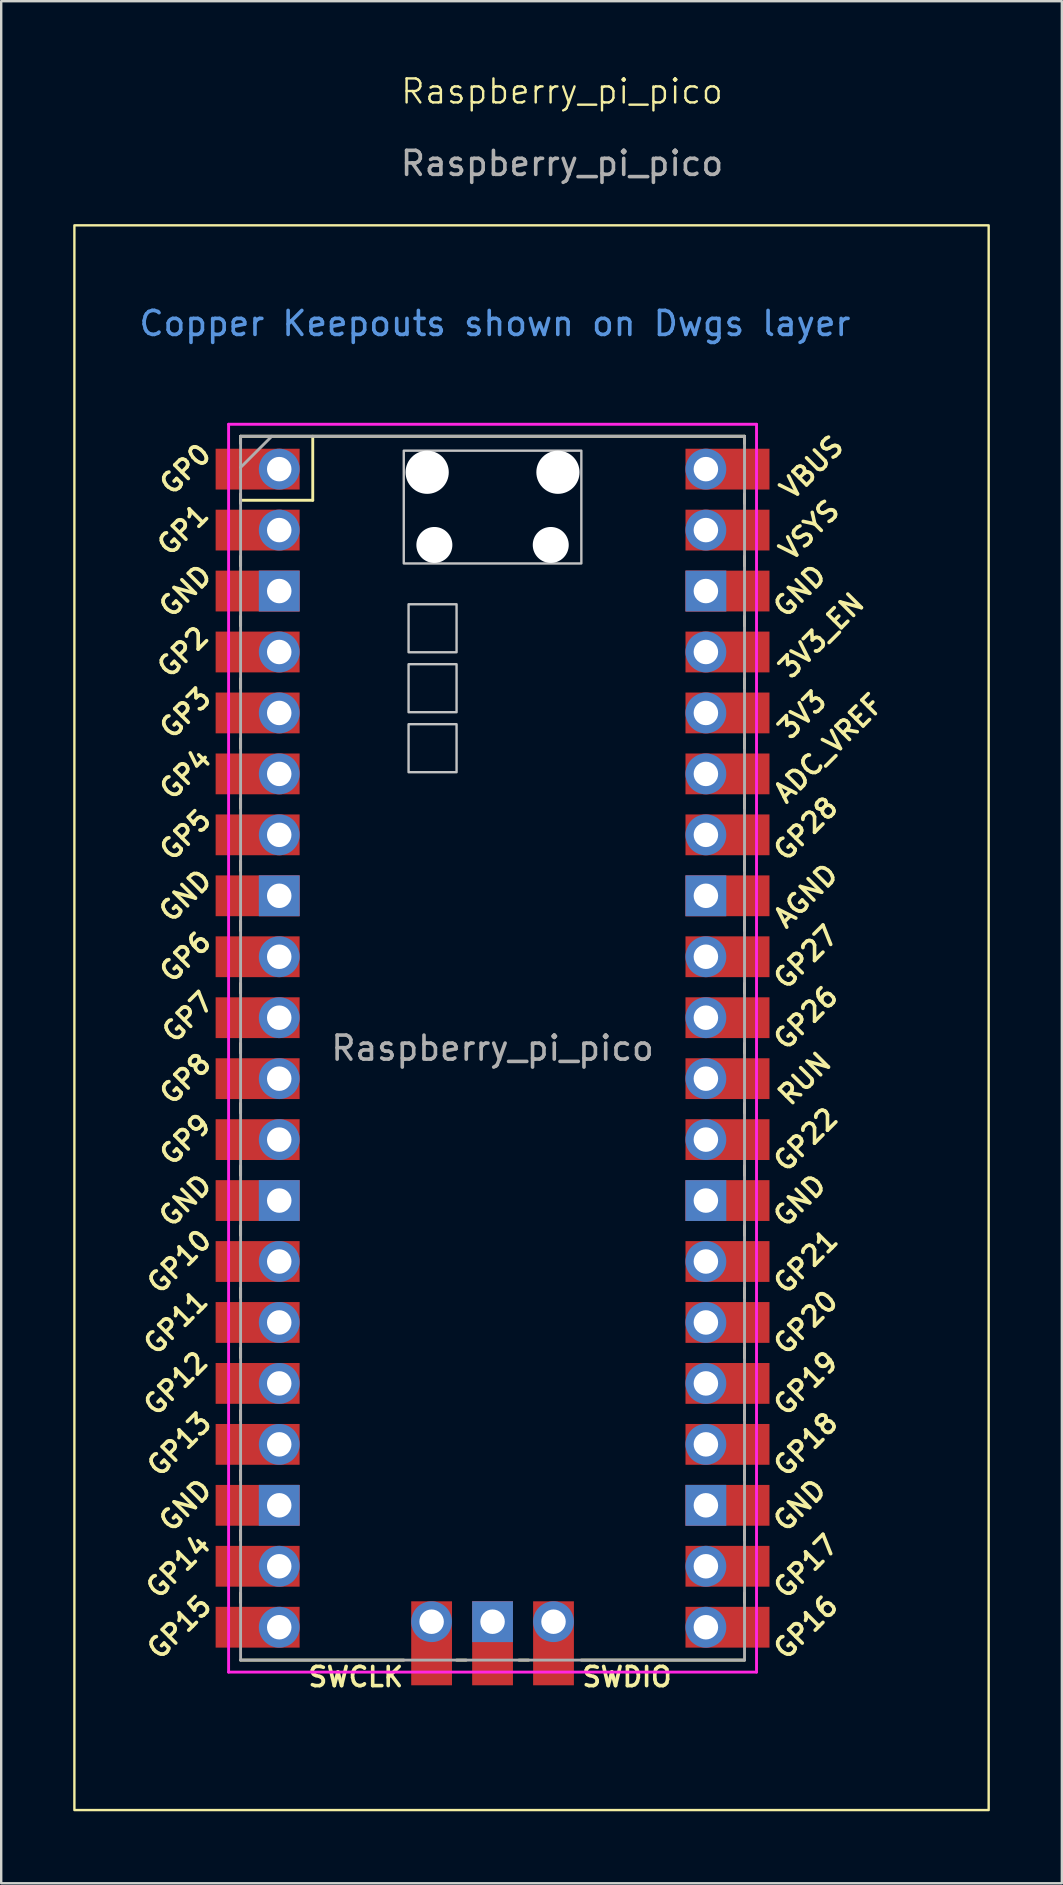
<source format=kicad_pcb>
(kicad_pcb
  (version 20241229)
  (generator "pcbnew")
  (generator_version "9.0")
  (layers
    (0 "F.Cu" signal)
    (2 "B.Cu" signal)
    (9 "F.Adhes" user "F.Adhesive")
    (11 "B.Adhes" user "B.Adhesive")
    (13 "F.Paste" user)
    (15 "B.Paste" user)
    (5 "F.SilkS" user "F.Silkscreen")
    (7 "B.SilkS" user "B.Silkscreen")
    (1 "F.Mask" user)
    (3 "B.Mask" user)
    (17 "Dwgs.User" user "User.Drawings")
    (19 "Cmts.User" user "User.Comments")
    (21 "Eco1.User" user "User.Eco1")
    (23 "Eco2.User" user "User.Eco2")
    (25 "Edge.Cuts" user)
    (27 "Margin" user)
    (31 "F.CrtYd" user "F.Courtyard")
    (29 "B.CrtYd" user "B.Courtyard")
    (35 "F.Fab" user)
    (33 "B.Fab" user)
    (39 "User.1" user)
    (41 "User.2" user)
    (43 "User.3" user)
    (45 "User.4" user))
  (footprint "Raspberry_pi_pico"
    (layer "F.Cu")
    (at 20.37 1.26)
    (property "Reference" "Raspberry_pi_pico" (at 0 -0.5 0) (unlocked yes) (layer "F.SilkS") (effects (font (size 1 1) (thickness 0.1))))
    (attr through_hole)
    (fp_line (start -13.394 13.87) (end -13.394 14.17) (stroke (width 0.12) (type solid)) (layer "F.SilkS"))
    (fp_line (start -13.394 13.87) (end 7.606 13.87) (stroke (width 0.12) (type solid)) (layer "F.SilkS"))
    (fp_line (start -13.394 16.27) (end -13.394 16.67) (stroke (width 0.12) (type solid)) (layer "F.SilkS"))
    (fp_line (start -13.394 16.537) (end -10.387 16.537) (stroke (width 0.12) (type solid)) (layer "F.SilkS"))
    (fp_line (start -13.394 18.87) (end -13.394 19.27) (stroke (width 0.12) (type solid)) (layer "F.SilkS"))
    (fp_line (start -13.394 21.37) (end -13.394 21.77) (stroke (width 0.12) (type solid)) (layer "F.SilkS"))
    (fp_line (start -13.394 23.97) (end -13.394 24.37) (stroke (width 0.12) (type solid)) (layer "F.SilkS"))
    (fp_line (start -13.394 26.47) (end -13.394 26.87) (stroke (width 0.12) (type solid)) (layer "F.SilkS"))
    (fp_line (start -13.394 28.97) (end -13.394 29.37) (stroke (width 0.12) (type solid)) (layer "F.SilkS"))
    (fp_line (start -13.394 31.57) (end -13.394 31.97) (stroke (width 0.12) (type solid)) (layer "F.SilkS"))
    (fp_line (start -13.394 34.07) (end -13.394 34.47) (stroke (width 0.12) (type solid)) (layer "F.SilkS"))
    (fp_line (start -13.394 36.67) (end -13.394 37.07) (stroke (width 0.12) (type solid)) (layer "F.SilkS"))
    (fp_line (start -13.394 39.17) (end -13.394 39.57) (stroke (width 0.12) (type solid)) (layer "F.SilkS"))
    (fp_line (start -13.394 41.67) (end -13.394 42.07) (stroke (width 0.12) (type solid)) (layer "F.SilkS"))
    (fp_line (start -13.394 44.27) (end -13.394 44.67) (stroke (width 0.12) (type solid)) (layer "F.SilkS"))
    (fp_line (start -13.394 46.77) (end -13.394 47.17) (stroke (width 0.12) (type solid)) (layer "F.SilkS"))
    (fp_line (start -13.394 49.37) (end -13.394 49.77) (stroke (width 0.12) (type solid)) (layer "F.SilkS"))
    (fp_line (start -13.394 51.87) (end -13.394 52.27) (stroke (width 0.12) (type solid)) (layer "F.SilkS"))
    (fp_line (start -13.394 54.47) (end -13.394 54.87) (stroke (width 0.12) (type solid)) (layer "F.SilkS"))
    (fp_line (start -13.394 56.97) (end -13.394 57.37) (stroke (width 0.12) (type solid)) (layer "F.SilkS"))
    (fp_line (start -13.394 59.47) (end -13.394 59.87) (stroke (width 0.12) (type solid)) (layer "F.SilkS"))
    (fp_line (start -13.394 62.07) (end -13.394 62.47) (stroke (width 0.12) (type solid)) (layer "F.SilkS"))
    (fp_line (start -10.387 16.537) (end -10.387 13.87) (stroke (width 0.12) (type solid)) (layer "F.SilkS"))
    (fp_line (start -6.594 64.87) (end -13.394 64.87) (stroke (width 0.12) (type solid)) (layer "F.SilkS"))
    (fp_line (start -4.394 64.87) (end -3.994 64.87) (stroke (width 0.12) (type solid)) (layer "F.SilkS"))
    (fp_line (start -1.794 64.87) (end -1.394 64.87) (stroke (width 0.12) (type solid)) (layer "F.SilkS"))
    (fp_line (start 7.606 13.87) (end 7.606 14.17) (stroke (width 0.12) (type solid)) (layer "F.SilkS"))
    (fp_line (start 7.606 16.27) (end 7.606 16.67) (stroke (width 0.12) (type solid)) (layer "F.SilkS"))
    (fp_line (start 7.606 18.87) (end 7.606 19.27) (stroke (width 0.12) (type solid)) (layer "F.SilkS"))
    (fp_line (start 7.606 21.37) (end 7.606 21.77) (stroke (width 0.12) (type solid)) (layer "F.SilkS"))
    (fp_line (start 7.606 23.97) (end 7.606 24.37) (stroke (width 0.12) (type solid)) (layer "F.SilkS"))
    (fp_line (start 7.606 26.47) (end 7.606 26.87) (stroke (width 0.12) (type solid)) (layer "F.SilkS"))
    (fp_line (start 7.606 28.97) (end 7.606 29.37) (stroke (width 0.12) (type solid)) (layer "F.SilkS"))
    (fp_line (start 7.606 31.57) (end 7.606 31.97) (stroke (width 0.12) (type solid)) (layer "F.SilkS"))
    (fp_line (start 7.606 34.07) (end 7.606 34.47) (stroke (width 0.12) (type solid)) (layer "F.SilkS"))
    (fp_line (start 7.606 36.67) (end 7.606 37.07) (stroke (width 0.12) (type solid)) (layer "F.SilkS"))
    (fp_line (start 7.606 39.17) (end 7.606 39.57) (stroke (width 0.12) (type solid)) (layer "F.SilkS"))
    (fp_line (start 7.606 41.67) (end 7.606 42.07) (stroke (width 0.12) (type solid)) (layer "F.SilkS"))
    (fp_line (start 7.606 44.27) (end 7.606 44.67) (stroke (width 0.12) (type solid)) (layer "F.SilkS"))
    (fp_line (start 7.606 46.77) (end 7.606 47.17) (stroke (width 0.12) (type solid)) (layer "F.SilkS"))
    (fp_line (start 7.606 49.37) (end 7.606 49.77) (stroke (width 0.12) (type solid)) (layer "F.SilkS"))
    (fp_line (start 7.606 51.87) (end 7.606 52.27) (stroke (width 0.12) (type solid)) (layer "F.SilkS"))
    (fp_line (start 7.606 54.47) (end 7.606 54.87) (stroke (width 0.12) (type solid)) (layer "F.SilkS"))
    (fp_line (start 7.606 56.97) (end 7.606 57.37) (stroke (width 0.12) (type solid)) (layer "F.SilkS"))
    (fp_line (start 7.606 59.47) (end 7.606 59.87) (stroke (width 0.12) (type solid)) (layer "F.SilkS"))
    (fp_line (start 7.606 62.07) (end 7.606 62.47) (stroke (width 0.12) (type solid)) (layer "F.SilkS"))
    (fp_line (start 7.606 64.87) (end 0.806 64.87) (stroke (width 0.12) (type solid)) (layer "F.SilkS"))
    (fp_rect (start -20.32 5.08) (end 17.78 71.12) (stroke (width 0.1) (type default)) (fill no) (layer "F.SilkS"))
    (fp_poly (pts (xy -4.394 22.87) (xy -6.394 22.87) (xy -6.394 20.87) (xy -4.394 20.87)) (stroke (width 0.1) (type solid)) (fill no) (layer "Dwgs.User"))
    (fp_poly (pts (xy -4.394 25.37) (xy -6.394 25.37) (xy -6.394 23.37) (xy -4.394 23.37)) (stroke (width 0.1) (type solid)) (fill no) (layer "Dwgs.User"))
    (fp_poly (pts (xy -4.394 27.87) (xy -6.394 27.87) (xy -6.394 25.87) (xy -4.394 25.87)) (stroke (width 0.1) (type solid)) (fill no) (layer "Dwgs.User"))
    (fp_poly (pts (xy 0.806 19.17) (xy -6.594 19.17) (xy -6.594 14.47) (xy 0.806 14.47)) (stroke (width 0.1) (type solid)) (fill no) (layer "Dwgs.User"))
    (fp_line (start -13.894 13.37) (end 8.106 13.37) (stroke (width 0.12) (type solid)) (layer "F.CrtYd"))
    (fp_line (start -13.894 65.37) (end -13.894 13.37) (stroke (width 0.12) (type solid)) (layer "F.CrtYd"))
    (fp_line (start 8.106 13.37) (end 8.106 65.37) (stroke (width 0.12) (type solid)) (layer "F.CrtYd"))
    (fp_line (start 8.106 65.37) (end -13.894 65.37) (stroke (width 0.12) (type solid)) (layer "F.CrtYd"))
    (fp_line (start -13.394 13.87) (end 7.606 13.87) (stroke (width 0.12) (type solid)) (layer "F.Fab"))
    (fp_line (start -13.394 15.17) (end -12.094 13.87) (stroke (width 0.12) (type solid)) (layer "F.Fab"))
    (fp_line (start -13.394 64.87) (end -13.394 13.87) (stroke (width 0.12) (type solid)) (layer "F.Fab"))
    (fp_line (start 7.606 13.87) (end 7.606 64.87) (stroke (width 0.12) (type solid)) (layer "F.Fab"))
    (fp_line (start 7.606 64.87) (end -13.394 64.87) (stroke (width 0.12) (type solid)) (layer "F.Fab"))
    (fp_text user "3V3" (at 10.006 25.47 45) (layer "F.SilkS") (effects (font (size 0.8 0.8) (thickness 0.15))))
    (fp_text user "GP5" (at -15.694 30.48 45) (layer "F.SilkS") (effects (font (size 0.8 0.8) (thickness 0.15))))
    (fp_text user "GP2" (at -15.794 22.86 45) (layer "F.SilkS") (effects (font (size 0.8 0.8) (thickness 0.15))))
    (fp_text user "GND" (at -15.694 45.72 45) (layer "F.SilkS") (effects (font (size 0.8 0.8) (thickness 0.15))))
    (fp_text user "GP7" (at -15.594 38.07 45) (layer "F.SilkS") (effects (font (size 0.8 0.8) (thickness 0.15))))
    (fp_text user "GP4" (at -15.694 27.94 45) (layer "F.SilkS") (effects (font (size 0.8 0.8) (thickness 0.15))))
    (fp_text user "AGND" (at 10.16 33.02 45) (layer "F.SilkS") (effects (font (size 0.8 0.8) (thickness 0.15))))
    (fp_text user "GND" (at -15.694 20.32 45) (layer "F.SilkS") (effects (font (size 0.8 0.8) (thickness 0.15))))
    (fp_text user "GP9" (at -15.694 43.18 45) (layer "F.SilkS") (effects (font (size 0.8 0.8) (thickness 0.15))))
    (fp_text user "GP22" (at 10.16 43.18 45) (layer "F.SilkS") (effects (font (size 0.8 0.8) (thickness 0.15))))
    (fp_text user "GP16" (at 10.16 63.5 45) (layer "F.SilkS") (effects (font (size 0.8 0.8) (thickness 0.15))))
    (fp_text user "GP1" (at -15.794 17.77 45) (layer "F.SilkS") (effects (font (size 0.8 0.8) (thickness 0.15))))
    (fp_text user "SWDIO" (at 2.706 65.57 0) (layer "F.SilkS") (effects (font (size 0.8 0.8) (thickness 0.15))))
    (fp_text user "GP0" (at -15.694 15.24 45) (layer "F.SilkS") (effects (font (size 0.8 0.8) (thickness 0.15))))
    (fp_text user "SWCLK" (at -8.594 65.57 0) (layer "F.SilkS") (effects (font (size 0.8 0.8) (thickness 0.15))))
    (fp_text user "RUN" (at 10.106 40.64 45) (layer "F.SilkS") (effects (font (size 0.8 0.8) (thickness 0.15))))
    (fp_text user "VBUS" (at 10.406 15.17 45) (layer "F.SilkS") (effects (font (size 0.8 0.8) (thickness 0.15))))
    (fp_text user "GP14" (at -15.994 60.96 45) (layer "F.SilkS") (effects (font (size 0.8 0.8) (thickness 0.15))))
    (fp_text user "GP20" (at 10.16 50.8 45) (layer "F.SilkS") (effects (font (size 0.8 0.8) (thickness 0.15))))
    (fp_text user "GP18" (at 10.16 55.88 45) (layer "F.SilkS") (effects (font (size 0.8 0.8) (thickness 0.15))))
    (fp_text user "GP13" (at -15.948 55.88 45) (layer "F.SilkS") (effects (font (size 0.8 0.8) (thickness 0.15))))
    (fp_text user "GP8" (at -15.694 40.64 45) (layer "F.SilkS") (effects (font (size 0.8 0.8) (thickness 0.15))))
    (fp_text user "3V3_EN" (at 10.806 22.17 45) (layer "F.SilkS") (effects (font (size 0.8 0.8) (thickness 0.15))))
    (fp_text user "GP26" (at 10.16 38.1 45) (layer "F.SilkS") (effects (font (size 0.8 0.8) (thickness 0.15))))
    (fp_text user "GP17" (at 10.16 60.96 45) (layer "F.SilkS") (effects (font (size 0.8 0.8) (thickness 0.15))))
    (fp_text user "GP6" (at -15.694 35.56 45) (layer "F.SilkS") (effects (font (size 0.8 0.8) (thickness 0.15))))
    (fp_text user "GP12" (at -16.094 53.34 45) (layer "F.SilkS") (effects (font (size 0.8 0.8) (thickness 0.15))))
    (fp_text user "GND" (at 9.906 20.32 45) (layer "F.SilkS") (effects (font (size 0.8 0.8) (thickness 0.15))))
    (fp_text user "GP28" (at 10.16 30.226 45) (layer "F.SilkS") (effects (font (size 0.8 0.8) (thickness 0.15))))
    (fp_text user "VSYS" (at 10.306 17.78 45) (layer "F.SilkS") (effects (font (size 0.8 0.8) (thickness 0.15))))
    (fp_text user "GP15" (at -15.948 63.5 45) (layer "F.SilkS") (effects (font (size 0.8 0.8) (thickness 0.15))))
    (fp_text user "GND" (at -15.694 58.42 45) (layer "F.SilkS") (effects (font (size 0.8 0.8) (thickness 0.15))))
    (fp_text user "GP19" (at 10.16 53.34 45) (layer "F.SilkS") (effects (font (size 0.8 0.8) (thickness 0.15))))
    (fp_text user "ADC_VREF" (at 11.106 26.87 45) (layer "F.SilkS") (effects (font (size 0.8 0.8) (thickness 0.15))))
    (fp_text user "GND" (at -15.694 33.02 45) (layer "F.SilkS") (effects (font (size 0.8 0.8) (thickness 0.15))))
    (fp_text user "GP11" (at -16.094 50.8 45) (layer "F.SilkS") (effects (font (size 0.8 0.8) (thickness 0.15))))
    (fp_text user "GP21" (at 10.16 48.27 45) (layer "F.SilkS") (effects (font (size 0.8 0.8) (thickness 0.15))))
    (fp_text user "GP10" (at -15.948 48.26 45) (layer "F.SilkS") (effects (font (size 0.8 0.8) (thickness 0.15))))
    (fp_text user "GP27" (at 10.16 35.57 45) (layer "F.SilkS") (effects (font (size 0.8 0.8) (thickness 0.15))))
    (fp_text user "GP3" (at -15.694 25.4 45) (layer "F.SilkS") (effects (font (size 0.8 0.8) (thickness 0.15))))
    (fp_text user "GND" (at 9.906 58.42 45) (layer "F.SilkS") (effects (font (size 0.8 0.8) (thickness 0.15))))
    (fp_text user "GND" (at 9.906 45.72 45) (layer "F.SilkS") (effects (font (size 0.8 0.8) (thickness 0.15))))
    (fp_text user "Copper Keepouts shown on Dwgs layer" (at -2.794 9.17 0) (layer "Cmts.User") (effects (font (size 1 1) (thickness 0.15))))
    (fp_text user "${REFERENCE}" (at 0 2.5 0) (unlocked yes) (layer "F.Fab") (effects (font (size 1 1) (thickness 0.15))))
    (fp_text user "${REFERENCE}" (at -2.894 39.37 180) (layer "F.Fab") (effects (font (size 1 1) (thickness 0.15))))
    (pad "" np_thru_hole oval (at -5.619 15.37) (size 1.8 1.8) (drill 1.8) (layers "*.Cu" "*.Mask"))
    (pad "" np_thru_hole oval (at -5.319 18.4) (size 1.5 1.5) (drill 1.5) (layers "*.Cu" "*.Mask"))
    (pad "" np_thru_hole oval (at -0.469 18.4) (size 1.5 1.5) (drill 1.5) (layers "*.Cu" "*.Mask"))
    (pad "" np_thru_hole oval (at -0.169 15.37) (size 1.8 1.8) (drill 1.8) (layers "*.Cu" "*.Mask"))
    (pad "1" thru_hole oval (at -11.784 15.24) (size 1.7 1.7) (drill 1.02) (layers "*.Cu" "*.Mask"))
    (pad "1" smd rect (at -11.784 15.24) (size 3.5 1.7) (drill (offset -0.9 0)) (layers "F.Cu" "F.Mask"))
    (pad "2" thru_hole oval (at -11.784 17.78) (size 1.7 1.7) (drill 1.02) (layers "*.Cu" "*.Mask"))
    (pad "2" smd rect (at -11.784 17.78) (size 3.5 1.7) (drill (offset -0.9 0)) (layers "F.Cu" "F.Mask"))
    (pad "3" thru_hole rect (at -11.784 20.32) (size 1.7 1.7) (drill 1.02) (layers "*.Cu" "*.Mask"))
    (pad "3" smd rect (at -11.784 20.32) (size 3.5 1.7) (drill (offset -0.9 0)) (layers "F.Cu" "F.Mask"))
    (pad "4" thru_hole oval (at -11.784 22.86) (size 1.7 1.7) (drill 1.02) (layers "*.Cu" "*.Mask"))
    (pad "4" smd rect (at -11.784 22.86) (size 3.5 1.7) (drill (offset -0.9 0)) (layers "F.Cu" "F.Mask"))
    (pad "5" thru_hole oval (at -11.784 25.4) (size 1.7 1.7) (drill 1.02) (layers "*.Cu" "*.Mask"))
    (pad "5" smd rect (at -11.784 25.4) (size 3.5 1.7) (drill (offset -0.9 0)) (layers "F.Cu" "F.Mask"))
    (pad "6" thru_hole oval (at -11.784 27.94) (size 1.7 1.7) (drill 1.02) (layers "*.Cu" "*.Mask"))
    (pad "6" smd rect (at -11.784 27.94) (size 3.5 1.7) (drill (offset -0.9 0)) (layers "F.Cu" "F.Mask"))
    (pad "7" thru_hole oval (at -11.784 30.48) (size 1.7 1.7) (drill 1.02) (layers "*.Cu" "*.Mask"))
    (pad "7" smd rect (at -11.784 30.48) (size 3.5 1.7) (drill (offset -0.9 0)) (layers "F.Cu" "F.Mask"))
    (pad "8" thru_hole rect (at -11.784 33.02) (size 1.7 1.7) (drill 1.02) (layers "*.Cu" "*.Mask"))
    (pad "8" smd rect (at -11.784 33.02) (size 3.5 1.7) (drill (offset -0.9 0)) (layers "F.Cu" "F.Mask"))
    (pad "9" thru_hole oval (at -11.784 35.56) (size 1.7 1.7) (drill 1.02) (layers "*.Cu" "*.Mask"))
    (pad "9" smd rect (at -11.784 35.56) (size 3.5 1.7) (drill (offset -0.9 0)) (layers "F.Cu" "F.Mask"))
    (pad "10" thru_hole oval (at -11.784 38.1) (size 1.7 1.7) (drill 1.02) (layers "*.Cu" "*.Mask"))
    (pad "10" smd rect (at -11.784 38.1) (size 3.5 1.7) (drill (offset -0.9 0)) (layers "F.Cu" "F.Mask"))
    (pad "11" thru_hole oval (at -11.784 40.64) (size 1.7 1.7) (drill 1.02) (layers "*.Cu" "*.Mask"))
    (pad "11" smd rect (at -11.784 40.64) (size 3.5 1.7) (drill (offset -0.9 0)) (layers "F.Cu" "F.Mask"))
    (pad "12" thru_hole oval (at -11.784 43.18) (size 1.7 1.7) (drill 1.02) (layers "*.Cu" "*.Mask"))
    (pad "12" smd rect (at -11.784 43.18) (size 3.5 1.7) (drill (offset -0.9 0)) (layers "F.Cu" "F.Mask"))
    (pad "13" thru_hole rect (at -11.784 45.72) (size 1.7 1.7) (drill 1.02) (layers "*.Cu" "*.Mask"))
    (pad "13" smd rect (at -11.784 45.72) (size 3.5 1.7) (drill (offset -0.9 0)) (layers "F.Cu" "F.Mask"))
    (pad "14" thru_hole oval (at -11.784 48.26) (size 1.7 1.7) (drill 1.02) (layers "*.Cu" "*.Mask"))
    (pad "14" smd rect (at -11.784 48.26) (size 3.5 1.7) (drill (offset -0.9 0)) (layers "F.Cu" "F.Mask"))
    (pad "15" thru_hole oval (at -11.784 50.8) (size 1.7 1.7) (drill 1.02) (layers "*.Cu" "*.Mask"))
    (pad "15" smd rect (at -11.784 50.8) (size 3.5 1.7) (drill (offset -0.9 0)) (layers "F.Cu" "F.Mask"))
    (pad "16" thru_hole oval (at -11.784 53.34) (size 1.7 1.7) (drill 1.02) (layers "*.Cu" "*.Mask"))
    (pad "16" smd rect (at -11.784 53.34) (size 3.5 1.7) (drill (offset -0.9 0)) (layers "F.Cu" "F.Mask"))
    (pad "17" thru_hole oval (at -11.784 55.88) (size 1.7 1.7) (drill 1.02) (layers "*.Cu" "*.Mask"))
    (pad "17" smd rect (at -11.784 55.88) (size 3.5 1.7) (drill (offset -0.9 0)) (layers "F.Cu" "F.Mask"))
    (pad "18" thru_hole rect (at -11.784 58.42) (size 1.7 1.7) (drill 1.02) (layers "*.Cu" "*.Mask"))
    (pad "18" smd rect (at -11.784 58.42) (size 3.5 1.7) (drill (offset -0.9 0)) (layers "F.Cu" "F.Mask"))
    (pad "19" thru_hole oval (at -11.784 60.96) (size 1.7 1.7) (drill 1.02) (layers "*.Cu" "*.Mask"))
    (pad "19" smd rect (at -11.784 60.96) (size 3.5 1.7) (drill (offset -0.9 0)) (layers "F.Cu" "F.Mask"))
    (pad "20" thru_hole oval (at -11.784 63.5) (size 1.7 1.7) (drill 1.02) (layers "*.Cu" "*.Mask"))
    (pad "20" smd rect (at -11.784 63.5) (size 3.5 1.7) (drill (offset -0.9 0)) (layers "F.Cu" "F.Mask"))
    (pad "21" thru_hole oval (at 5.996 63.5) (size 1.7 1.7) (drill 1.02) (layers "*.Cu" "*.Mask"))
    (pad "21" smd rect (at 5.996 63.5) (size 3.5 1.7) (drill (offset 0.9 0)) (layers "F.Cu" "F.Mask"))
    (pad "22" thru_hole oval (at 5.996 60.96) (size 1.7 1.7) (drill 1.02) (layers "*.Cu" "*.Mask"))
    (pad "22" smd rect (at 5.996 60.96) (size 3.5 1.7) (drill (offset 0.9 0)) (layers "F.Cu" "F.Mask"))
    (pad "23" thru_hole rect (at 5.996 58.42) (size 1.7 1.7) (drill 1.02) (layers "*.Cu" "*.Mask"))
    (pad "23" smd rect (at 5.996 58.42) (size 3.5 1.7) (drill (offset 0.9 0)) (layers "F.Cu" "F.Mask"))
    (pad "24" thru_hole oval (at 5.996 55.88) (size 1.7 1.7) (drill 1.02) (layers "*.Cu" "*.Mask"))
    (pad "24" smd rect (at 5.996 55.88) (size 3.5 1.7) (drill (offset 0.9 0)) (layers "F.Cu" "F.Mask"))
    (pad "25" thru_hole oval (at 5.996 53.34) (size 1.7 1.7) (drill 1.02) (layers "*.Cu" "*.Mask"))
    (pad "25" smd rect (at 5.996 53.34) (size 3.5 1.7) (drill (offset 0.9 0)) (layers "F.Cu" "F.Mask"))
    (pad "26" thru_hole oval (at 5.996 50.8) (size 1.7 1.7) (drill 1.02) (layers "*.Cu" "*.Mask"))
    (pad "26" smd rect (at 5.996 50.8) (size 3.5 1.7) (drill (offset 0.9 0)) (layers "F.Cu" "F.Mask"))
    (pad "27" thru_hole oval (at 5.996 48.26) (size 1.7 1.7) (drill 1.02) (layers "*.Cu" "*.Mask"))
    (pad "27" smd rect (at 5.996 48.26) (size 3.5 1.7) (drill (offset 0.9 0)) (layers "F.Cu" "F.Mask"))
    (pad "28" thru_hole rect (at 5.996 45.72) (size 1.7 1.7) (drill 1.02) (layers "*.Cu" "*.Mask"))
    (pad "28" smd rect (at 5.996 45.72) (size 3.5 1.7) (drill (offset 0.9 0)) (layers "F.Cu" "F.Mask"))
    (pad "29" thru_hole oval (at 5.996 43.18) (size 1.7 1.7) (drill 1.02) (layers "*.Cu" "*.Mask"))
    (pad "29" smd rect (at 5.996 43.18) (size 3.5 1.7) (drill (offset 0.9 0)) (layers "F.Cu" "F.Mask"))
    (pad "30" thru_hole oval (at 5.996 40.64) (size 1.7 1.7) (drill 1.02) (layers "*.Cu" "*.Mask"))
    (pad "30" smd rect (at 5.996 40.64) (size 3.5 1.7) (drill (offset 0.9 0)) (layers "F.Cu" "F.Mask"))
    (pad "31" thru_hole oval (at 5.996 38.1) (size 1.7 1.7) (drill 1.02) (layers "*.Cu" "*.Mask"))
    (pad "31" smd rect (at 5.996 38.1) (size 3.5 1.7) (drill (offset 0.9 0)) (layers "F.Cu" "F.Mask"))
    (pad "32" thru_hole oval (at 5.996 35.56) (size 1.7 1.7) (drill 1.02) (layers "*.Cu" "*.Mask"))
    (pad "32" smd rect (at 5.996 35.56) (size 3.5 1.7) (drill (offset 0.9 0)) (layers "F.Cu" "F.Mask"))
    (pad "33" thru_hole rect (at 5.996 33.02) (size 1.7 1.7) (drill 1.02) (layers "*.Cu" "*.Mask"))
    (pad "33" smd rect (at 5.996 33.02) (size 3.5 1.7) (drill (offset 0.9 0)) (layers "F.Cu" "F.Mask"))
    (pad "34" thru_hole oval (at 5.996 30.48) (size 1.7 1.7) (drill 1.02) (layers "*.Cu" "*.Mask"))
    (pad "34" smd rect (at 5.996 30.48) (size 3.5 1.7) (drill (offset 0.9 0)) (layers "F.Cu" "F.Mask"))
    (pad "35" thru_hole oval (at 5.996 27.94) (size 1.7 1.7) (drill 1.02) (layers "*.Cu" "*.Mask"))
    (pad "35" smd rect (at 5.996 27.94) (size 3.5 1.7) (drill (offset 0.9 0)) (layers "F.Cu" "F.Mask"))
    (pad "36" thru_hole oval (at 5.996 25.4) (size 1.7 1.7) (drill 1.02) (layers "*.Cu" "*.Mask"))
    (pad "36" smd rect (at 5.996 25.4) (size 3.5 1.7) (drill (offset 0.9 0)) (layers "F.Cu" "F.Mask"))
    (pad "37" thru_hole oval (at 5.996 22.86) (size 1.7 1.7) (drill 1.02) (layers "*.Cu" "*.Mask"))
    (pad "37" smd rect (at 5.996 22.86) (size 3.5 1.7) (drill (offset 0.9 0)) (layers "F.Cu" "F.Mask"))
    (pad "38" thru_hole rect (at 5.996 20.32) (size 1.7 1.7) (drill 1.02) (layers "*.Cu" "*.Mask"))
    (pad "38" smd rect (at 5.996 20.32) (size 3.5 1.7) (drill (offset 0.9 0)) (layers "F.Cu" "F.Mask"))
    (pad "39" thru_hole oval (at 5.996 17.78) (size 1.7 1.7) (drill 1.02) (layers "*.Cu" "*.Mask"))
    (pad "39" smd rect (at 5.996 17.78) (size 3.5 1.7) (drill (offset 0.9 0)) (layers "F.Cu" "F.Mask"))
    (pad "40" thru_hole oval (at 5.996 15.24) (size 1.7 1.7) (drill 1.02) (layers "*.Cu" "*.Mask"))
    (pad "40" smd rect (at 5.996 15.24) (size 3.5 1.7) (drill (offset 0.9 0)) (layers "F.Cu" "F.Mask"))
    (pad "41" thru_hole oval (at -5.434 63.27) (size 1.7 1.7) (drill 1.02) (layers "*.Cu" "*.Mask"))
    (pad "41" smd rect (at -5.434 63.27 90) (size 3.5 1.7) (drill (offset -0.9 0)) (layers "F.Cu" "F.Mask"))
    (pad "42" thru_hole rect (at -2.894 63.27) (size 1.7 1.7) (drill 1.02) (layers "*.Cu" "*.Mask"))
    (pad "42" smd rect (at -2.894 63.27 90) (size 3.5 1.7) (drill (offset -0.9 0)) (layers "F.Cu" "F.Mask"))
    (pad "43" thru_hole oval (at -0.354 63.27) (size 1.7 1.7) (drill 1.02) (layers "*.Cu" "*.Mask"))
    (pad "43" smd rect (at -0.354 63.27 90) (size 3.5 1.7) (drill (offset -0.9 0)) (layers "F.Cu" "F.Mask")))
  (gr_rect
    (start -3 -3)
    (end 41.2 75.43)
    (stroke (width 0.1) (type default))
    (fill no)
    (layer "Edge.Cuts")))
</source>
